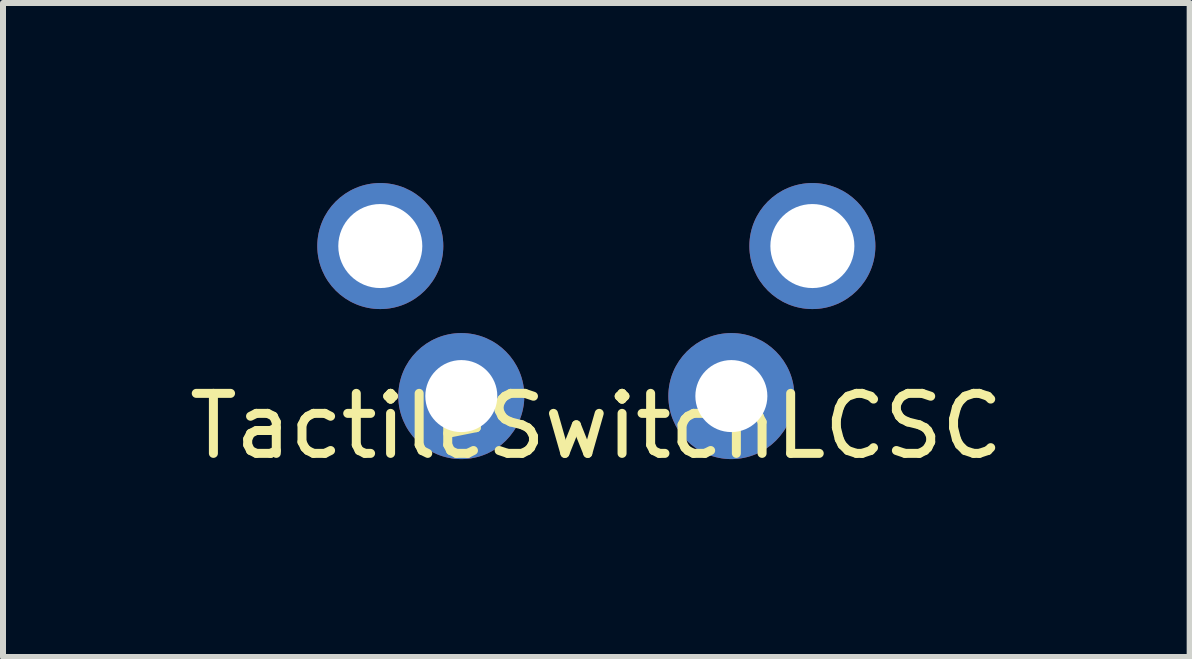
<source format=kicad_pcb>
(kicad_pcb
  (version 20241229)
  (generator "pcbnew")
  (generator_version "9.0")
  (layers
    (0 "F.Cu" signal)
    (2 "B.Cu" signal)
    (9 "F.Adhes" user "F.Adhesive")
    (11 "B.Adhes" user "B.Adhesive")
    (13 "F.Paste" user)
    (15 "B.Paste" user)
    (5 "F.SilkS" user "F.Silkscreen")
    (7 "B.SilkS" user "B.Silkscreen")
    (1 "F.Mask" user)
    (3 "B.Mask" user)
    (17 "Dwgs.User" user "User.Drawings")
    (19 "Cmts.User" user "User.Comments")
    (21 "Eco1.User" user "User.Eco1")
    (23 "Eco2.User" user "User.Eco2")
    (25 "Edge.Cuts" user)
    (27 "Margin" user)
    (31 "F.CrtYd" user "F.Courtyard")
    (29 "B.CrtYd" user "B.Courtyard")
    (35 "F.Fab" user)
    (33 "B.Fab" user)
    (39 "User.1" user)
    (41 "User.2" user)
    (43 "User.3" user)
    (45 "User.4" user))
  (footprint "TactileSwitchLCSC"
    (layer "F.Cu")
    (at 6.887 3.55)
    (property "Reference" "TactileSwitchLCSC" (at 0 0.5 0) (layer "F.SilkS") (effects (font (size 1 1) (thickness 0.15))))
    (attr through_hole)
    (pad "1" thru_hole circle (at -3.6 -2.5) (size 2.1 2.1) (drill 1.4) (layers "*.Cu" "*.Mask"))
    (pad "1" thru_hole circle (at 3.6 -2.5) (size 2.1 2.1) (drill 1.4) (layers "*.Cu" "*.Mask"))
    (pad "2" thru_hole circle (at -2.25 0) (size 2.1 2.1) (drill 1.2) (layers "*.Cu" "*.Mask"))
    (pad "2" thru_hole circle (at 2.25 0) (size 2.1 2.1) (drill 1.2) (layers "*.Cu" "*.Mask")))
  (gr_rect
    (start -3 -3)
    (end 16.774 7.898)
    (stroke (width 0.1) (type default))
    (fill no)
    (layer "Edge.Cuts")))
</source>
